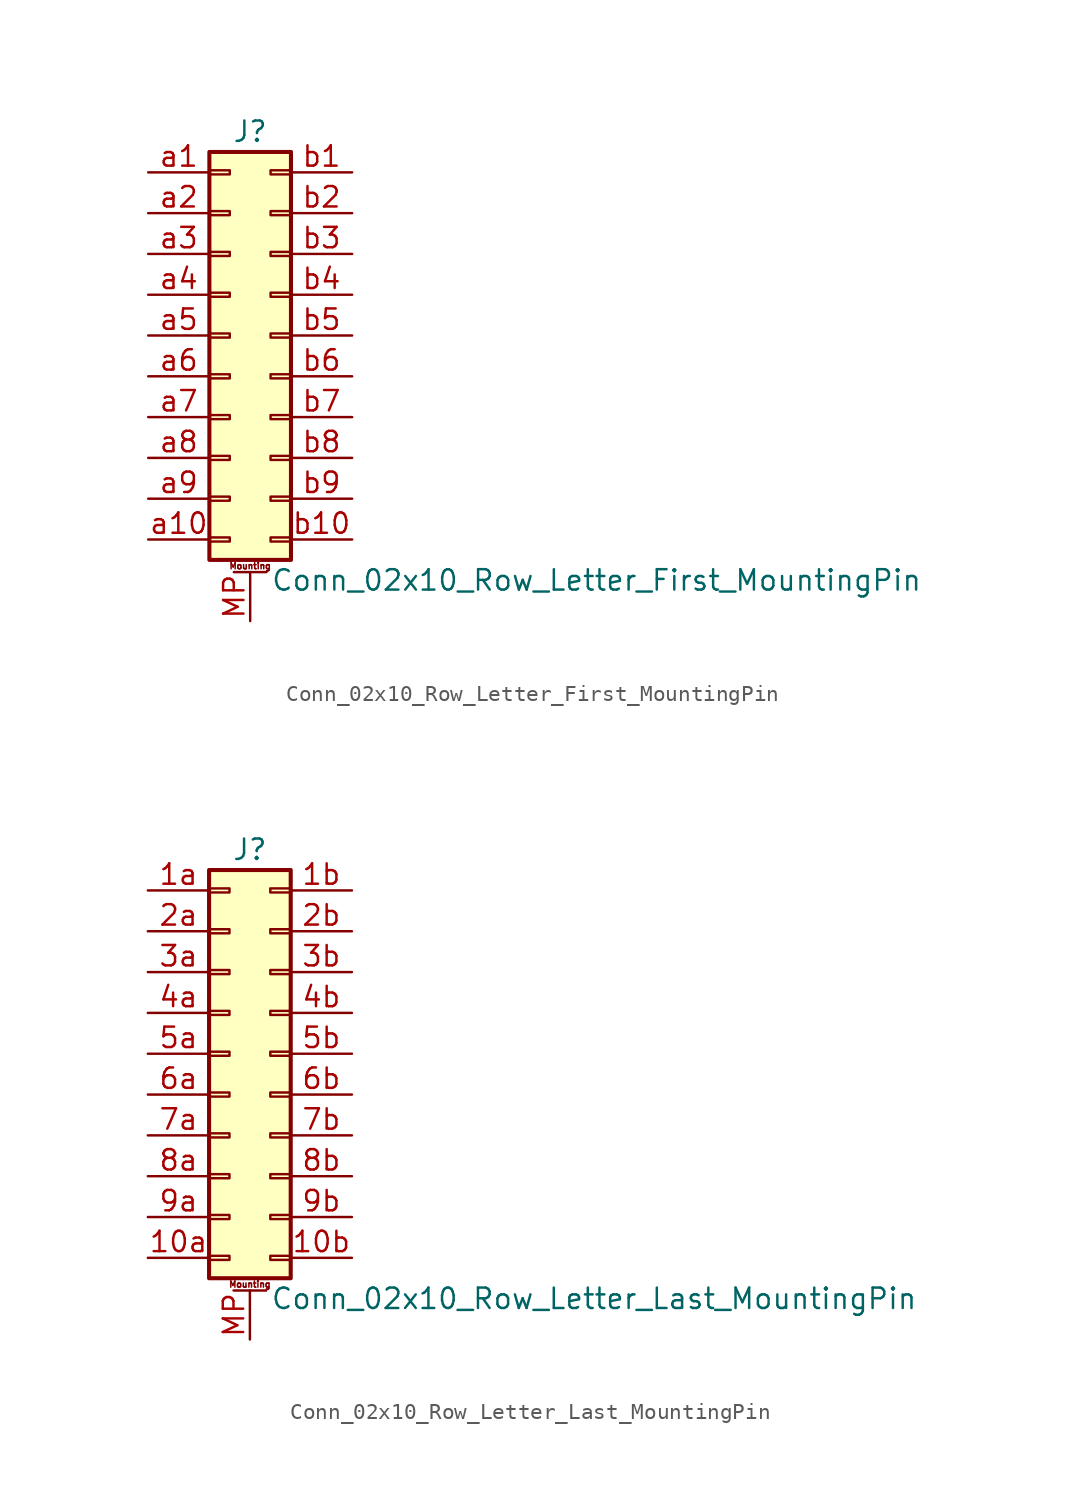
<source format=kicad_sym>
(kicad_symbol_lib
  (version 20220914)
  (generator kicad_symbol_editor)
  (symbol "Conn_02x10_Row_Letter_First_MountingPin"
    (pin_names
      (offset 1.016) hide)
    (property "Reference" "J"
      (at 1.27 12.7 0)
      (effects (font (size 1.27 1.27))))
    (property "Value" "Conn_02x10_Row_Letter_First_MountingPin"
      (at 2.54 -15.24 0)
      (effects (font (size 1.27 1.27)) (justify left)))
    (symbol "Conn_02x10_Row_Letter_First_MountingPin_1_1"
      (rectangle (start -1.27 -12.573) (end 0 -12.827) (stroke (width 0.152) (type default)) (fill (type none)))
      (rectangle (start -1.27 -10.033) (end 0 -10.287) (stroke (width 0.152) (type default)) (fill (type none)))
      (rectangle (start -1.27 -7.493) (end 0 -7.747) (stroke (width 0.152) (type default)) (fill (type none)))
      (rectangle (start -1.27 -4.953) (end 0 -5.207) (stroke (width 0.152) (type default)) (fill (type none)))
      (rectangle (start -1.27 -2.413) (end 0 -2.667) (stroke (width 0.152) (type default)) (fill (type none)))
      (rectangle (start -1.27 0.127) (end 0 -0.127) (stroke (width 0.152) (type default)) (fill (type none)))
      (rectangle (start -1.27 2.667) (end 0 2.413) (stroke (width 0.152) (type default)) (fill (type none)))
      (rectangle (start -1.27 5.207) (end 0 4.953) (stroke (width 0.152) (type default)) (fill (type none)))
      (rectangle (start -1.27 7.747) (end 0 7.493) (stroke (width 0.152) (type default)) (fill (type none)))
      (rectangle (start -1.27 10.287) (end 0 10.033) (stroke (width 0.152) (type default)) (fill (type none)))
      (rectangle (start -1.27 11.43) (end 3.81 -13.97) (stroke (width 0.254) (type default)) (fill (type background)))
      (polyline (pts (xy 0.254 -14.732) (xy 2.286 -14.732)) (stroke (width 0.152) (type default)) (fill (type none)))
      (rectangle (start 3.81 -12.573) (end 2.54 -12.827) (stroke (width 0.152) (type default)) (fill (type none)))
      (rectangle (start 3.81 -10.033) (end 2.54 -10.287) (stroke (width 0.152) (type default)) (fill (type none)))
      (rectangle (start 3.81 -7.493) (end 2.54 -7.747) (stroke (width 0.152) (type default)) (fill (type none)))
      (rectangle (start 3.81 -4.953) (end 2.54 -5.207) (stroke (width 0.152) (type default)) (fill (type none)))
      (rectangle (start 3.81 -2.413) (end 2.54 -2.667) (stroke (width 0.152) (type default)) (fill (type none)))
      (rectangle (start 3.81 0.127) (end 2.54 -0.127) (stroke (width 0.152) (type default)) (fill (type none)))
      (rectangle (start 3.81 2.667) (end 2.54 2.413) (stroke (width 0.152) (type default)) (fill (type none)))
      (rectangle (start 3.81 5.207) (end 2.54 4.953) (stroke (width 0.152) (type default)) (fill (type none)))
      (rectangle (start 3.81 7.747) (end 2.54 7.493) (stroke (width 0.152) (type default)) (fill (type none)))
      (rectangle (start 3.81 10.287) (end 2.54 10.033) (stroke (width 0.152) (type default)) (fill (type none)))
      (text "Mounting" (at 1.27 -14.351 0) (effects (font (size 0.381 0.381))))
      (pin passive line (at 1.27 -17.78 90) (length 3.048) (name "MountPin" (effects (font (size 1.27 1.27)))) (number "MP" (effects (font (size 1.27 1.27)))))
      (pin passive line (at -5.08 10.16 0) (length 3.81) (name "Pin_a1" (effects (font (size 1.27 1.27)))) (number "a1" (effects (font (size 1.27 1.27)))))
      (pin passive line (at -5.08 -12.7 0) (length 3.81) (name "Pin_a10" (effects (font (size 1.27 1.27)))) (number "a10" (effects (font (size 1.27 1.27)))))
      (pin passive line (at -5.08 7.62 0) (length 3.81) (name "Pin_a2" (effects (font (size 1.27 1.27)))) (number "a2" (effects (font (size 1.27 1.27)))))
      (pin passive line (at -5.08 5.08 0) (length 3.81) (name "Pin_a3" (effects (font (size 1.27 1.27)))) (number "a3" (effects (font (size 1.27 1.27)))))
      (pin passive line (at -5.08 2.54 0) (length 3.81) (name "Pin_a4" (effects (font (size 1.27 1.27)))) (number "a4" (effects (font (size 1.27 1.27)))))
      (pin passive line (at -5.08 0 0) (length 3.81) (name "Pin_a5" (effects (font (size 1.27 1.27)))) (number "a5" (effects (font (size 1.27 1.27)))))
      (pin passive line (at -5.08 -2.54 0) (length 3.81) (name "Pin_a6" (effects (font (size 1.27 1.27)))) (number "a6" (effects (font (size 1.27 1.27)))))
      (pin passive line (at -5.08 -5.08 0) (length 3.81) (name "Pin_a7" (effects (font (size 1.27 1.27)))) (number "a7" (effects (font (size 1.27 1.27)))))
      (pin passive line (at -5.08 -7.62 0) (length 3.81) (name "Pin_a8" (effects (font (size 1.27 1.27)))) (number "a8" (effects (font (size 1.27 1.27)))))
      (pin passive line (at -5.08 -10.16 0) (length 3.81) (name "Pin_a9" (effects (font (size 1.27 1.27)))) (number "a9" (effects (font (size 1.27 1.27)))))
      (pin passive line (at 7.62 10.16 180) (length 3.81) (name "Pin_b1" (effects (font (size 1.27 1.27)))) (number "b1" (effects (font (size 1.27 1.27)))))
      (pin passive line (at 7.62 -12.7 180) (length 3.81) (name "Pin_b10" (effects (font (size 1.27 1.27)))) (number "b10" (effects (font (size 1.27 1.27)))))
      (pin passive line (at 7.62 7.62 180) (length 3.81) (name "Pin_b2" (effects (font (size 1.27 1.27)))) (number "b2" (effects (font (size 1.27 1.27)))))
      (pin passive line (at 7.62 5.08 180) (length 3.81) (name "Pin_b3" (effects (font (size 1.27 1.27)))) (number "b3" (effects (font (size 1.27 1.27)))))
      (pin passive line (at 7.62 2.54 180) (length 3.81) (name "Pin_b4" (effects (font (size 1.27 1.27)))) (number "b4" (effects (font (size 1.27 1.27)))))
      (pin passive line (at 7.62 0 180) (length 3.81) (name "Pin_b5" (effects (font (size 1.27 1.27)))) (number "b5" (effects (font (size 1.27 1.27)))))
      (pin passive line (at 7.62 -2.54 180) (length 3.81) (name "Pin_b6" (effects (font (size 1.27 1.27)))) (number "b6" (effects (font (size 1.27 1.27)))))
      (pin passive line (at 7.62 -5.08 180) (length 3.81) (name "Pin_b7" (effects (font (size 1.27 1.27)))) (number "b7" (effects (font (size 1.27 1.27)))))
      (pin passive line (at 7.62 -7.62 180) (length 3.81) (name "Pin_b8" (effects (font (size 1.27 1.27)))) (number "b8" (effects (font (size 1.27 1.27)))))
      (pin passive line (at 7.62 -10.16 180) (length 3.81) (name "Pin_b9" (effects (font (size 1.27 1.27)))) (number "b9" (effects (font (size 1.27 1.27)))))))
  (symbol "Conn_02x10_Row_Letter_Last_MountingPin"
    (pin_names
      (offset 1.016) hide)
    (property "Reference" "J"
      (at 1.27 12.7 0)
      (effects (font (size 1.27 1.27))))
    (property "Value" "Conn_02x10_Row_Letter_Last_MountingPin"
      (at 2.54 -15.24 0)
      (effects (font (size 1.27 1.27)) (justify left)))
    (symbol "Conn_02x10_Row_Letter_Last_MountingPin_1_1"
      (rectangle (start -1.27 -12.573) (end 0 -12.827) (stroke (width 0.152) (type default)) (fill (type none)))
      (rectangle (start -1.27 -10.033) (end 0 -10.287) (stroke (width 0.152) (type default)) (fill (type none)))
      (rectangle (start -1.27 -7.493) (end 0 -7.747) (stroke (width 0.152) (type default)) (fill (type none)))
      (rectangle (start -1.27 -4.953) (end 0 -5.207) (stroke (width 0.152) (type default)) (fill (type none)))
      (rectangle (start -1.27 -2.413) (end 0 -2.667) (stroke (width 0.152) (type default)) (fill (type none)))
      (rectangle (start -1.27 0.127) (end 0 -0.127) (stroke (width 0.152) (type default)) (fill (type none)))
      (rectangle (start -1.27 2.667) (end 0 2.413) (stroke (width 0.152) (type default)) (fill (type none)))
      (rectangle (start -1.27 5.207) (end 0 4.953) (stroke (width 0.152) (type default)) (fill (type none)))
      (rectangle (start -1.27 7.747) (end 0 7.493) (stroke (width 0.152) (type default)) (fill (type none)))
      (rectangle (start -1.27 10.287) (end 0 10.033) (stroke (width 0.152) (type default)) (fill (type none)))
      (rectangle (start -1.27 11.43) (end 3.81 -13.97) (stroke (width 0.254) (type default)) (fill (type background)))
      (polyline (pts (xy 0.254 -14.732) (xy 2.286 -14.732)) (stroke (width 0.152) (type default)) (fill (type none)))
      (rectangle (start 3.81 -12.573) (end 2.54 -12.827) (stroke (width 0.152) (type default)) (fill (type none)))
      (rectangle (start 3.81 -10.033) (end 2.54 -10.287) (stroke (width 0.152) (type default)) (fill (type none)))
      (rectangle (start 3.81 -7.493) (end 2.54 -7.747) (stroke (width 0.152) (type default)) (fill (type none)))
      (rectangle (start 3.81 -4.953) (end 2.54 -5.207) (stroke (width 0.152) (type default)) (fill (type none)))
      (rectangle (start 3.81 -2.413) (end 2.54 -2.667) (stroke (width 0.152) (type default)) (fill (type none)))
      (rectangle (start 3.81 0.127) (end 2.54 -0.127) (stroke (width 0.152) (type default)) (fill (type none)))
      (rectangle (start 3.81 2.667) (end 2.54 2.413) (stroke (width 0.152) (type default)) (fill (type none)))
      (rectangle (start 3.81 5.207) (end 2.54 4.953) (stroke (width 0.152) (type default)) (fill (type none)))
      (rectangle (start 3.81 7.747) (end 2.54 7.493) (stroke (width 0.152) (type default)) (fill (type none)))
      (rectangle (start 3.81 10.287) (end 2.54 10.033) (stroke (width 0.152) (type default)) (fill (type none)))
      (text "Mounting" (at 1.27 -14.351 0) (effects (font (size 0.381 0.381))))
      (pin passive line (at -5.08 -12.7 0) (length 3.81) (name "Pin_10a" (effects (font (size 1.27 1.27)))) (number "10a" (effects (font (size 1.27 1.27)))))
      (pin passive line (at 7.62 -12.7 180) (length 3.81) (name "Pin_10b" (effects (font (size 1.27 1.27)))) (number "10b" (effects (font (size 1.27 1.27)))))
      (pin passive line (at -5.08 10.16 0) (length 3.81) (name "Pin_1a" (effects (font (size 1.27 1.27)))) (number "1a" (effects (font (size 1.27 1.27)))))
      (pin passive line (at 7.62 10.16 180) (length 3.81) (name "Pin_1b" (effects (font (size 1.27 1.27)))) (number "1b" (effects (font (size 1.27 1.27)))))
      (pin passive line (at -5.08 7.62 0) (length 3.81) (name "Pin_2a" (effects (font (size 1.27 1.27)))) (number "2a" (effects (font (size 1.27 1.27)))))
      (pin passive line (at 7.62 7.62 180) (length 3.81) (name "Pin_2b" (effects (font (size 1.27 1.27)))) (number "2b" (effects (font (size 1.27 1.27)))))
      (pin passive line (at -5.08 5.08 0) (length 3.81) (name "Pin_3a" (effects (font (size 1.27 1.27)))) (number "3a" (effects (font (size 1.27 1.27)))))
      (pin passive line (at 7.62 5.08 180) (length 3.81) (name "Pin_3b" (effects (font (size 1.27 1.27)))) (number "3b" (effects (font (size 1.27 1.27)))))
      (pin passive line (at -5.08 2.54 0) (length 3.81) (name "Pin_4a" (effects (font (size 1.27 1.27)))) (number "4a" (effects (font (size 1.27 1.27)))))
      (pin passive line (at 7.62 2.54 180) (length 3.81) (name "Pin_4b" (effects (font (size 1.27 1.27)))) (number "4b" (effects (font (size 1.27 1.27)))))
      (pin passive line (at -5.08 0 0) (length 3.81) (name "Pin_5a" (effects (font (size 1.27 1.27)))) (number "5a" (effects (font (size 1.27 1.27)))))
      (pin passive line (at 7.62 0 180) (length 3.81) (name "Pin_5b" (effects (font (size 1.27 1.27)))) (number "5b" (effects (font (size 1.27 1.27)))))
      (pin passive line (at -5.08 -2.54 0) (length 3.81) (name "Pin_6a" (effects (font (size 1.27 1.27)))) (number "6a" (effects (font (size 1.27 1.27)))))
      (pin passive line (at 7.62 -2.54 180) (length 3.81) (name "Pin_6b" (effects (font (size 1.27 1.27)))) (number "6b" (effects (font (size 1.27 1.27)))))
      (pin passive line (at -5.08 -5.08 0) (length 3.81) (name "Pin_7a" (effects (font (size 1.27 1.27)))) (number "7a" (effects (font (size 1.27 1.27)))))
      (pin passive line (at 7.62 -5.08 180) (length 3.81) (name "Pin_7b" (effects (font (size 1.27 1.27)))) (number "7b" (effects (font (size 1.27 1.27)))))
      (pin passive line (at -5.08 -7.62 0) (length 3.81) (name "Pin_8a" (effects (font (size 1.27 1.27)))) (number "8a" (effects (font (size 1.27 1.27)))))
      (pin passive line (at 7.62 -7.62 180) (length 3.81) (name "Pin_8b" (effects (font (size 1.27 1.27)))) (number "8b" (effects (font (size 1.27 1.27)))))
      (pin passive line (at -5.08 -10.16 0) (length 3.81) (name "Pin_9a" (effects (font (size 1.27 1.27)))) (number "9a" (effects (font (size 1.27 1.27)))))
      (pin passive line (at 7.62 -10.16 180) (length 3.81) (name "Pin_9b" (effects (font (size 1.27 1.27)))) (number "9b" (effects (font (size 1.27 1.27)))))
      (pin passive line (at 1.27 -17.78 90) (length 3.048) (name "MountPin" (effects (font (size 1.27 1.27)))) (number "MP" (effects (font (size 1.27 1.27))))))))
</source>
